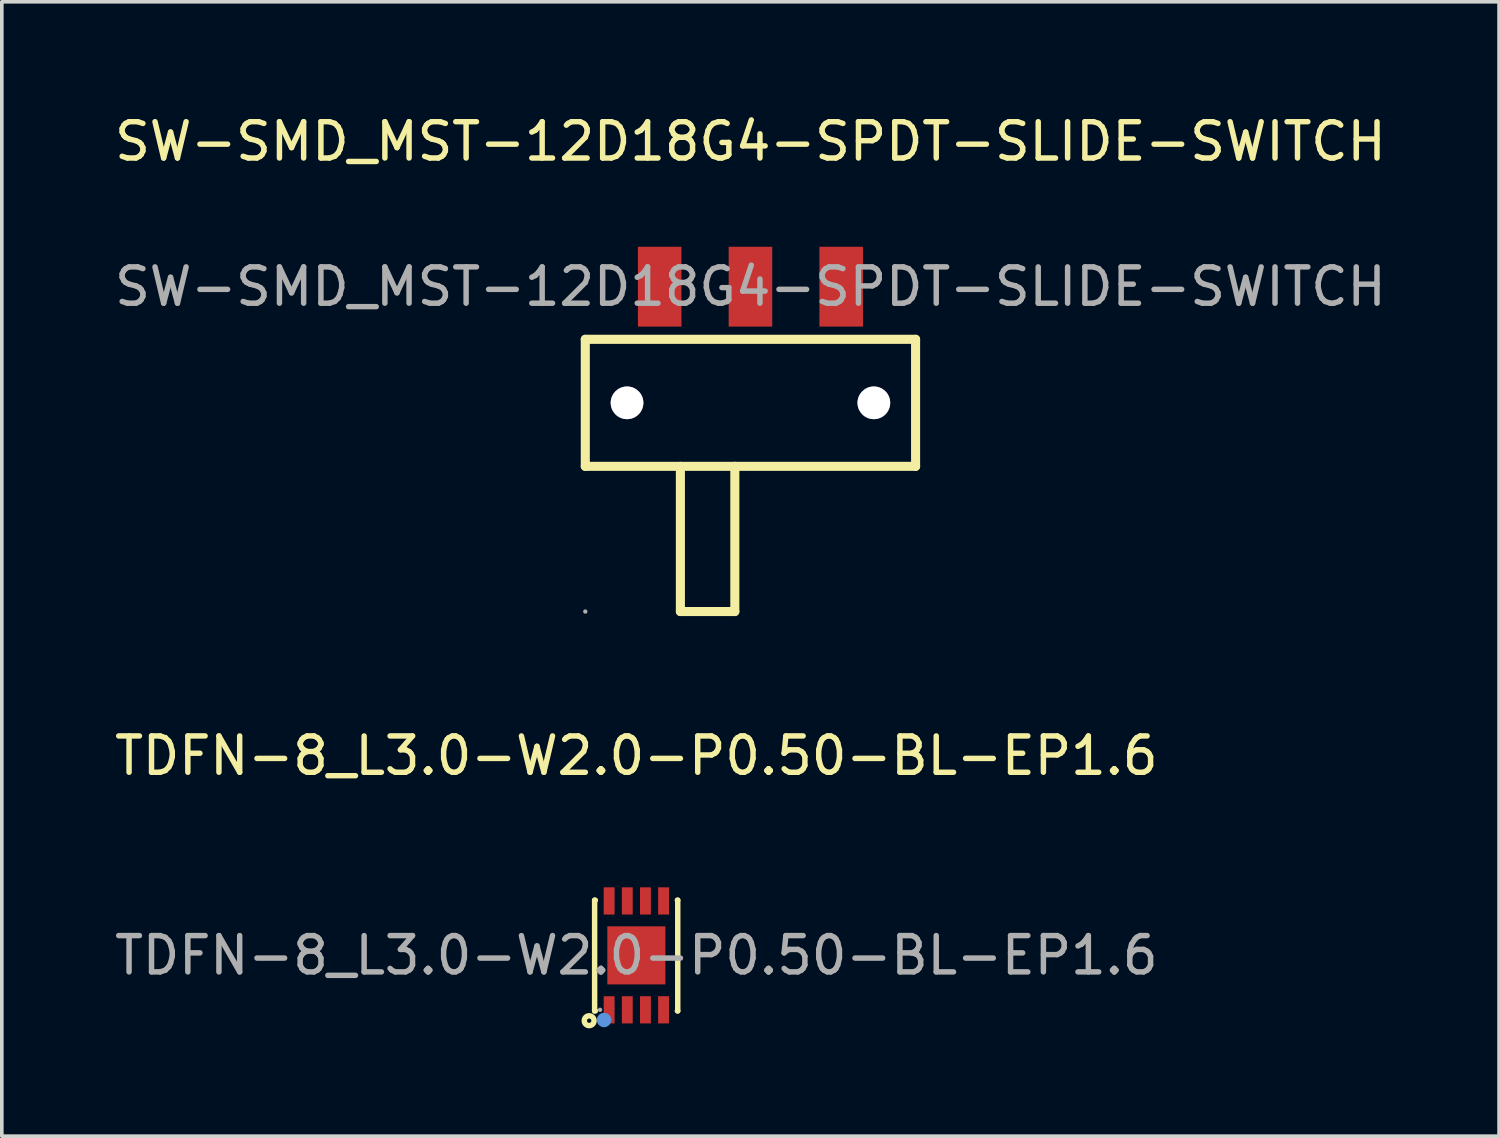
<source format=kicad_pcb>
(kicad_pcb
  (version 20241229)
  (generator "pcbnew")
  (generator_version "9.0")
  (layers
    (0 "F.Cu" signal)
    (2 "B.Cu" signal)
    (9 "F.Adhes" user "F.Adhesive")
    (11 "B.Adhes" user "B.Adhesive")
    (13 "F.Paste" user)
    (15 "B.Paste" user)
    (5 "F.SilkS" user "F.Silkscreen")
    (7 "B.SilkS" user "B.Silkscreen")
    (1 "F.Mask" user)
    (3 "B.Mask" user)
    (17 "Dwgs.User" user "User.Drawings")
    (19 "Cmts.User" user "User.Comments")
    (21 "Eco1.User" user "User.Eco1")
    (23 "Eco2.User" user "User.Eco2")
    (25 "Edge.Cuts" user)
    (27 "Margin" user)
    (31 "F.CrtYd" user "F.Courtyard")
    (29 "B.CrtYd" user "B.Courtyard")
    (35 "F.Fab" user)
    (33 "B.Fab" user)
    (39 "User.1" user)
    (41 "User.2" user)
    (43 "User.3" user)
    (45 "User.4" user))
  (footprint "TDFN-8_L3.0-W2.0-P0.50-BL-EP1.6"
    (layer "F.Cu")
    (at 14.482 23.271)
    (property "Reference" "TDFN-8_L3.0-W2.0-P0.50-BL-EP1.6" (at 0 -5.5 0) (layer "F.SilkS") (effects (font (size 1 1) (thickness 0.15))))
    (attr smd)
    (fp_line (start -1.15 -1.52) (end -1.15 1.53) (stroke (width 0.15) (type solid)) (layer "F.SilkS"))
    (fp_line (start -1.15 1.53) (end -1.13 1.53) (stroke (width 0.15) (type solid)) (layer "F.SilkS"))
    (fp_line (start -1.13 -1.52) (end -1.15 -1.52) (stroke (width 0.15) (type solid)) (layer "F.SilkS"))
    (fp_line (start 1.13 1.53) (end 1.14 1.53) (stroke (width 0.15) (type solid)) (layer "F.SilkS"))
    (fp_line (start 1.14 -1.52) (end 1.13 -1.52) (stroke (width 0.15) (type solid)) (layer "F.SilkS"))
    (fp_line (start 1.14 1.53) (end 1.14 -1.52) (stroke (width 0.15) (type solid)) (layer "F.SilkS"))
    (fp_circle (center -1.3 1.8) (end -1.24 1.8) (stroke (width 0.15) (type solid)) (fill no) (layer "F.SilkS"))
    (fp_circle (center -0.89 1.78) (end -0.79 1.78) (stroke (width 0.2) (type solid)) (fill no) (layer "Cmts.User"))
    (fp_circle (center -1 1.5) (end -0.97 1.5) (stroke (width 0.06) (type solid)) (fill no) (layer "F.Fab"))
    (fp_text user "${REFERENCE}" (at 0 0 0) (layer "F.Fab") (effects (font (size 1 1) (thickness 0.15))))
    (pad "1" smd rect (at -0.75 1.5 90) (size 0.75 0.3) (layers "F.Cu" "F.Mask" "F.Paste"))
    (pad "2" smd rect (at -0.25 1.5 90) (size 0.75 0.3) (layers "F.Cu" "F.Mask" "F.Paste"))
    (pad "3" smd rect (at 0.25 1.5 90) (size 0.75 0.3) (layers "F.Cu" "F.Mask" "F.Paste"))
    (pad "4" smd rect (at 0.75 1.5 90) (size 0.75 0.3) (layers "F.Cu" "F.Mask" "F.Paste"))
    (pad "5" smd rect (at 0.75 -1.5 90) (size 0.75 0.3) (layers "F.Cu" "F.Mask" "F.Paste"))
    (pad "6" smd rect (at 0.25 -1.5 90) (size 0.75 0.3) (layers "F.Cu" "F.Mask" "F.Paste"))
    (pad "7" smd rect (at -0.25 -1.5 90) (size 0.75 0.3) (layers "F.Cu" "F.Mask" "F.Paste"))
    (pad "8" smd rect (at -0.75 -1.5 90) (size 0.75 0.3) (layers "F.Cu" "F.Mask" "F.Paste"))
    (pad "9" smd rect (at 0 0 90) (size 1.6 1.6) (layers "F.Cu" "F.Mask" "F.Paste")))
  (footprint "SW-SMD_MST-12D18G4-SPDT-SLIDE-SWITCH"
    (layer "F.Cu")
    (at 17.625 4.848)
    (property "Reference" "SW-SMD_MST-12D18G4-SPDT-SLIDE-SWITCH" (at 0 -4 0) (layer "F.SilkS") (effects (font (size 1 1) (thickness 0.15))))
    (attr smd)
    (fp_line (start -4.55 1.45) (end 4.55 1.45) (stroke (width 0.25) (type solid)) (layer "F.SilkS"))
    (fp_line (start -4.55 4.95) (end -4.55 1.45) (stroke (width 0.25) (type solid)) (layer "F.SilkS"))
    (fp_line (start -4.55 4.95) (end 4.55 4.95) (stroke (width 0.25) (type solid)) (layer "F.SilkS"))
    (fp_line (start -1.93 4.95) (end -1.93 8.95) (stroke (width 0.25) (type solid)) (layer "F.SilkS"))
    (fp_line (start -1.93 8.95) (end -0.43 8.95) (stroke (width 0.25) (type solid)) (layer "F.SilkS"))
    (fp_line (start -0.43 8.95) (end -0.43 4.95) (stroke (width 0.25) (type solid)) (layer "F.SilkS"))
    (fp_line (start 4.55 4.95) (end 4.55 1.45) (stroke (width 0.25) (type solid)) (layer "F.SilkS"))
    (fp_circle (center -3.4 3.2) (end -3.22 3.2) (stroke (width 0.35) (type solid)) (fill no) (layer "Cmts.User"))
    (fp_circle (center 3.4 3.2) (end 3.58 3.2) (stroke (width 0.35) (type solid)) (fill no) (layer "Cmts.User"))
    (fp_circle (center -4.55 8.95) (end -4.52 8.95) (stroke (width 0.06) (type solid)) (fill no) (layer "F.Fab"))
    (fp_text user "${REFERENCE}" (at 0 0 0) (layer "F.Fab") (effects (font (size 1 1) (thickness 0.15))))
    (pad "" thru_hole circle (at -3.4 3.2) (size 0.9 0.9) (drill 0.9) (layers "*.Cu" "*.Mask"))
    (pad "" thru_hole circle (at 3.4 3.2) (size 0.9 0.9) (drill 0.9) (layers "*.Cu" "*.Mask"))
    (pad "1" smd rect (at -2.5 0) (size 1.2 2.2) (layers "F.Cu" "F.Mask" "F.Paste"))
    (pad "2" smd rect (at 0 0) (size 1.2 2.2) (layers "F.Cu" "F.Mask" "F.Paste"))
    (pad "3" smd rect (at 2.5 0) (size 1.2 2.2) (layers "F.Cu" "F.Mask" "F.Paste")))
  (gr_rect
    (start -3 -3)
    (end 38.25 28.252)
    (stroke (width 0.1) (type default))
    (fill no)
    (layer "Edge.Cuts")))
</source>
